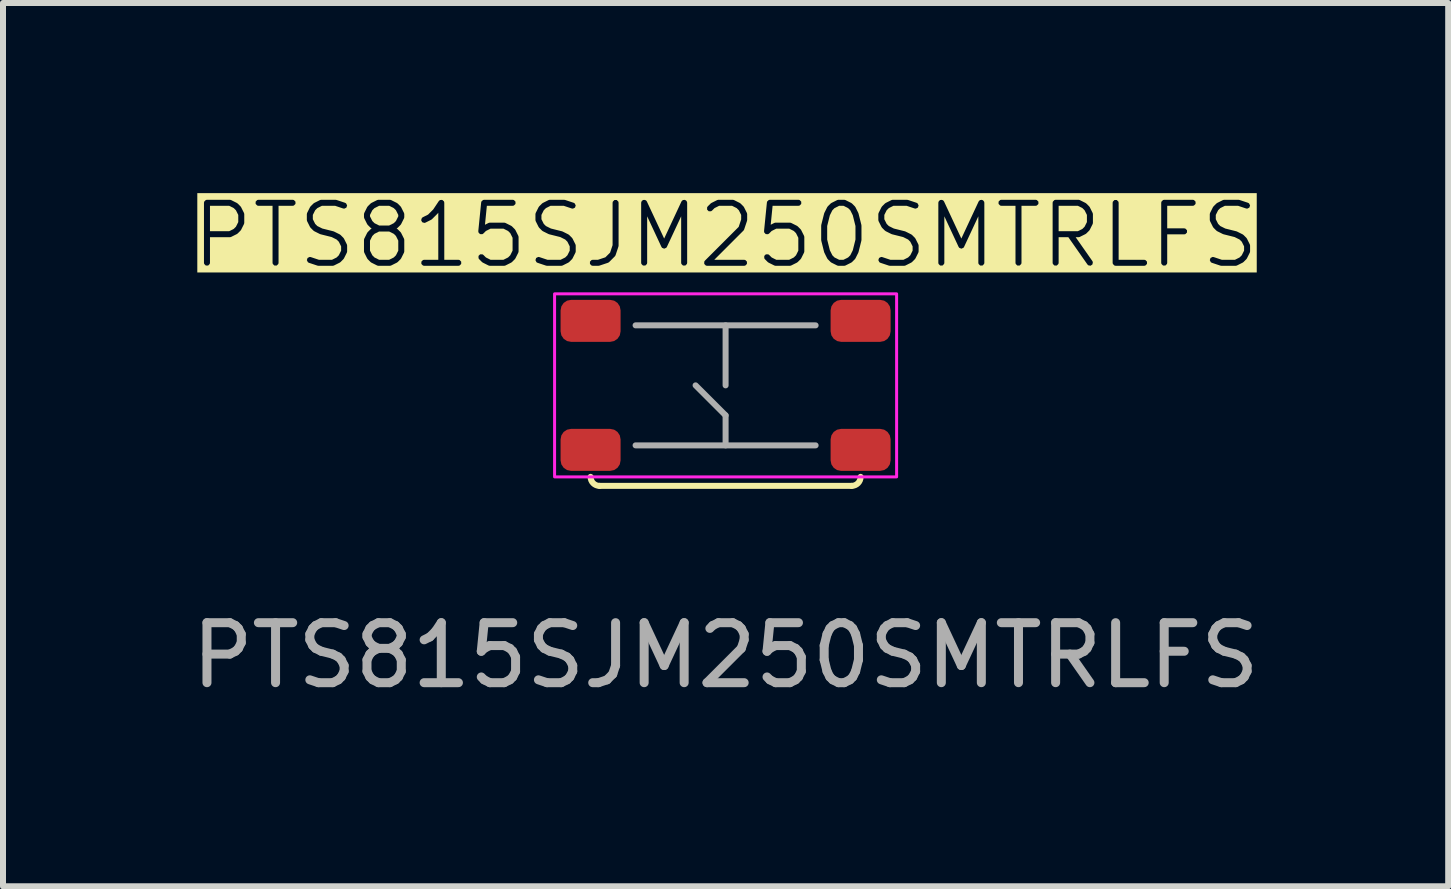
<source format=kicad_pcb>
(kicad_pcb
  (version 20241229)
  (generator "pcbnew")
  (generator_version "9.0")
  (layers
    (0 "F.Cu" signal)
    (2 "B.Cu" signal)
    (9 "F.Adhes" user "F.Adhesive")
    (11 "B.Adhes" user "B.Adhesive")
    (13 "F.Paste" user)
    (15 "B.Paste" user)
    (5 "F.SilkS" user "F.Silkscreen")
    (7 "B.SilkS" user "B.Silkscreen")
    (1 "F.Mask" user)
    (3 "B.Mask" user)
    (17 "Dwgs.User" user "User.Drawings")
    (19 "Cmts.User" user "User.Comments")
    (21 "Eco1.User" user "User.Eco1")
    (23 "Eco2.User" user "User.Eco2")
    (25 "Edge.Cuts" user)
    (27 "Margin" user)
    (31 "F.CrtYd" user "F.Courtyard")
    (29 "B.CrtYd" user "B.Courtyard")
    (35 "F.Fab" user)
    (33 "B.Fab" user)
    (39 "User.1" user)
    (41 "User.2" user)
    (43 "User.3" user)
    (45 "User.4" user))
  (footprint "PTS815SJM250SMTRLFS"
    (layer "F.Cu")
    (at 9.042 3.372)
    (property "Reference" "PTS815SJM250SMTRLFS" (at 0 -2.5 0) (unlocked yes) (layer "F.SilkS" knockout) (effects (font (size 1 1) (thickness 0.1))))
    (attr through_hole)
    (fp_line (start -2.1 1.675) (end 2.1 1.675) (stroke (width 0.1) (type default)) (layer "F.SilkS"))
    (fp_arc (start -2.1 1.675) (mid -2.206066 1.631066) (end -2.25 1.525) (stroke (width 0.1) (type default)) (layer "F.SilkS"))
    (fp_arc (start 2.25 1.525) (mid 2.206066 1.631066) (end 2.1 1.675) (stroke (width 0.1) (type default)) (layer "F.SilkS"))
    (fp_rect (start -2.85 -1.525) (end 2.85 1.525) (stroke (width 0.05) (type default)) (fill no) (layer "F.CrtYd"))
    (fp_line (start -1.5 -1) (end 1.5 -1) (stroke (width 0.1) (type default)) (layer "F.Fab"))
    (fp_line (start -1.5 1) (end 1.5 1) (stroke (width 0.1) (type default)) (layer "F.Fab"))
    (fp_line (start 0 0) (end 0 -1) (stroke (width 0.1) (type default)) (layer "F.Fab"))
    (fp_line (start 0 0.5) (end -0.5 0) (stroke (width 0.1) (type default)) (layer "F.Fab"))
    (fp_line (start 0 1) (end 0 0.5) (stroke (width 0.1) (type default)) (layer "F.Fab"))
    (fp_text user "${REFERENCE}" (at 0 4.5 0) (unlocked yes) (layer "F.Fab") (effects (font (size 1 1) (thickness 0.15))))
    (pad "1" smd roundrect (at -2.25 -1.075) (size 1 0.7) (layers "F.Cu" "F.Mask" "F.Paste") (roundrect_rratio 0.25))
    (pad "2" smd roundrect (at 2.25 -1.075) (size 1 0.7) (layers "F.Cu" "F.Mask" "F.Paste") (roundrect_rratio 0.25))
    (pad "3" smd roundrect (at -2.25 1.075) (size 1 0.7) (layers "F.Cu" "F.Mask" "F.Paste") (roundrect_rratio 0.25))
    (pad "4" smd roundrect (at 2.25 1.075) (size 1 0.7) (layers "F.Cu" "F.Mask" "F.Paste") (roundrect_rratio 0.25)))
  (gr_rect
    (start -3 -3)
    (end 21.084 11.72)
    (stroke (width 0.1) (type default))
    (fill no)
    (layer "Edge.Cuts")))
</source>
